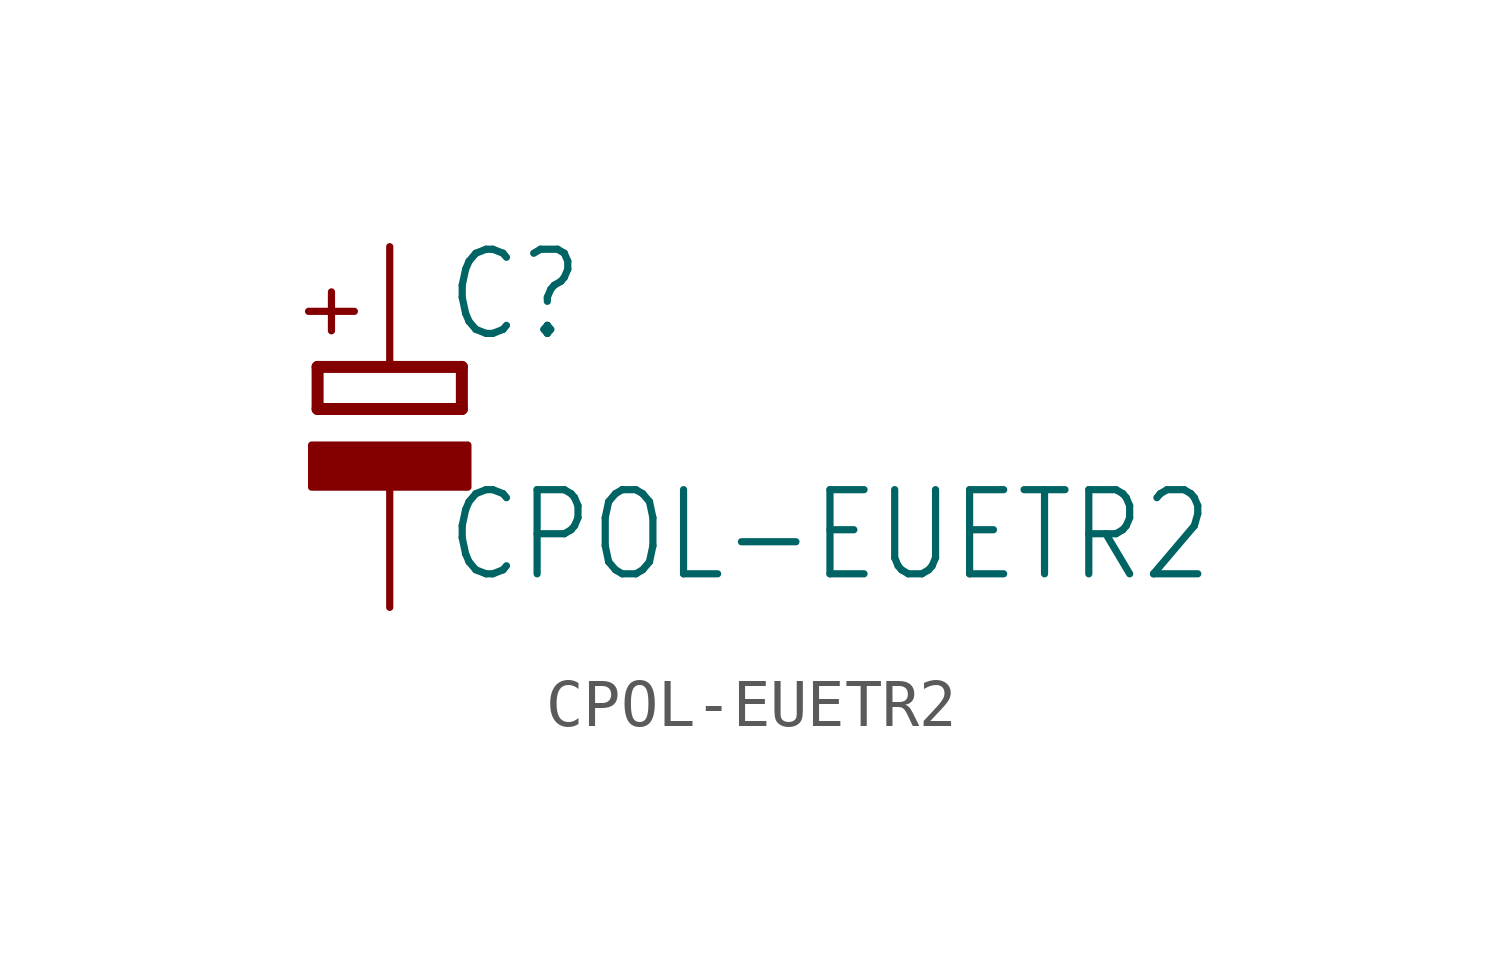
<source format=kicad_sym>
(kicad_symbol_lib
  (version 20220914)
  (generator kicad_symbol_editor)
  (symbol "CPOL-EUETR2"
    (property "Reference" "C"
      (at 1.143 0.483 0)
      (effects (font (size 1.778 1.511)) (justify left bottom)))
    (property "Value" "CPOL-EUETR2"
      (at 1.143 -4.597 0)
      (effects (font (size 1.778 1.511)) (justify left bottom)))
    (property "ki_locked" ""
      (at 0 0 0)
      (effects (font (size 1.27 1.27))))
    (symbol "CPOL-EUETR2_1_0"
      (rectangle (start -1.651 -2.54) (end 1.651 -1.651) (stroke (width 0) (type default)) (fill (type outline)))
      (polyline (pts (xy -1.524 -0.889) (xy 1.524 -0.889)) (stroke (width 0.254) (type default)) (fill (type none)))
      (polyline (pts (xy -1.524 0) (xy -1.524 -0.889)) (stroke (width 0.254) (type default)) (fill (type none)))
      (polyline (pts (xy -1.524 0) (xy 1.524 0)) (stroke (width 0.254) (type default)) (fill (type none)))
      (polyline (pts (xy 1.524 -0.889) (xy 1.524 0)) (stroke (width 0.254) (type default)) (fill (type none)))
      (text "+" (at -0.584 0.406 900) (effects (font (size 1.27 1.079)) (justify left bottom)))
      (pin passive line (at 0 2.54 270) (length 2.54) (name "+" (effects (font (size 0 0)))) (number "+" (effects (font (size 0 0)))))
      (pin passive line (at 0 -5.08 90) (length 2.54) (name "-" (effects (font (size 0 0)))) (number "-" (effects (font (size 0 0))))))))
</source>
